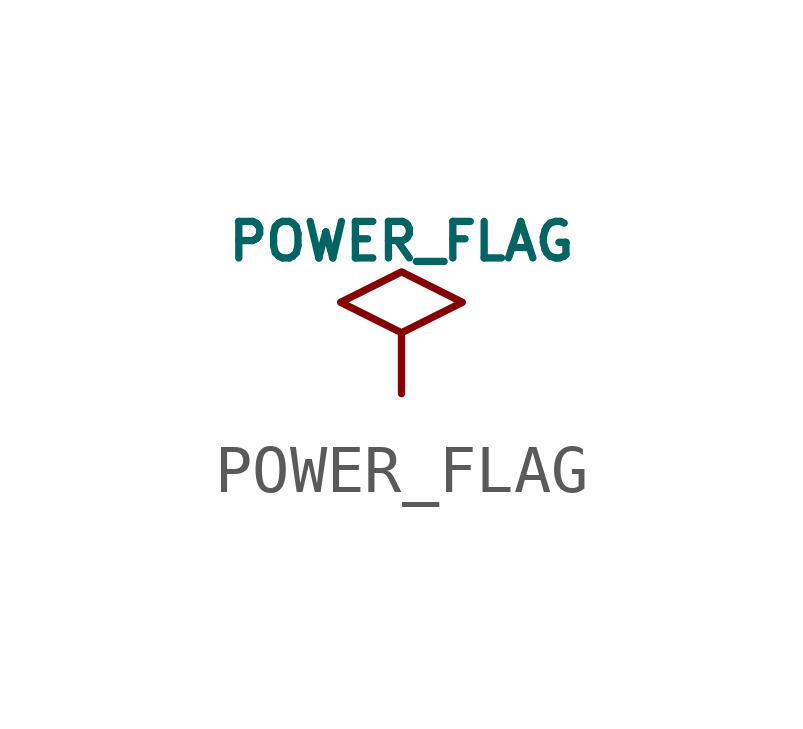
<source format=kicad_sym>
(kicad_symbol_lib
  (version 20211014)
  (generator kicad_symbol_editor)
  (symbol "POWER_FLAG"
    (power)
    (pin_names
      (offset 1.016))
    (property "Reference" "#PWR"
      (at 0 0 0)
      (effects (font (size 1.27 1.27)) hide))
    (property "Value" "POWER_FLAG"
      (at 0 3.175 0)
      (effects (font (size 0.762 0.762))))
    (symbol "POWER_FLAG_0_1"
      (polyline (pts (xy 0 1.27) (xy -1.27 1.905) (xy 0 2.54) (xy 1.27 1.905) (xy 0 1.27)) (stroke (width 0) (type default) (color 0 0 0 0)) (fill (type none))))
    (symbol "POWER_FLAG_1_1"
      (pin power_out line (at 0 0 90) (length 1.27) (name "~" (effects (font (size 1.27 1.27)))) (number "~" (effects (font (size 1.27 1.27))))))))
</source>
